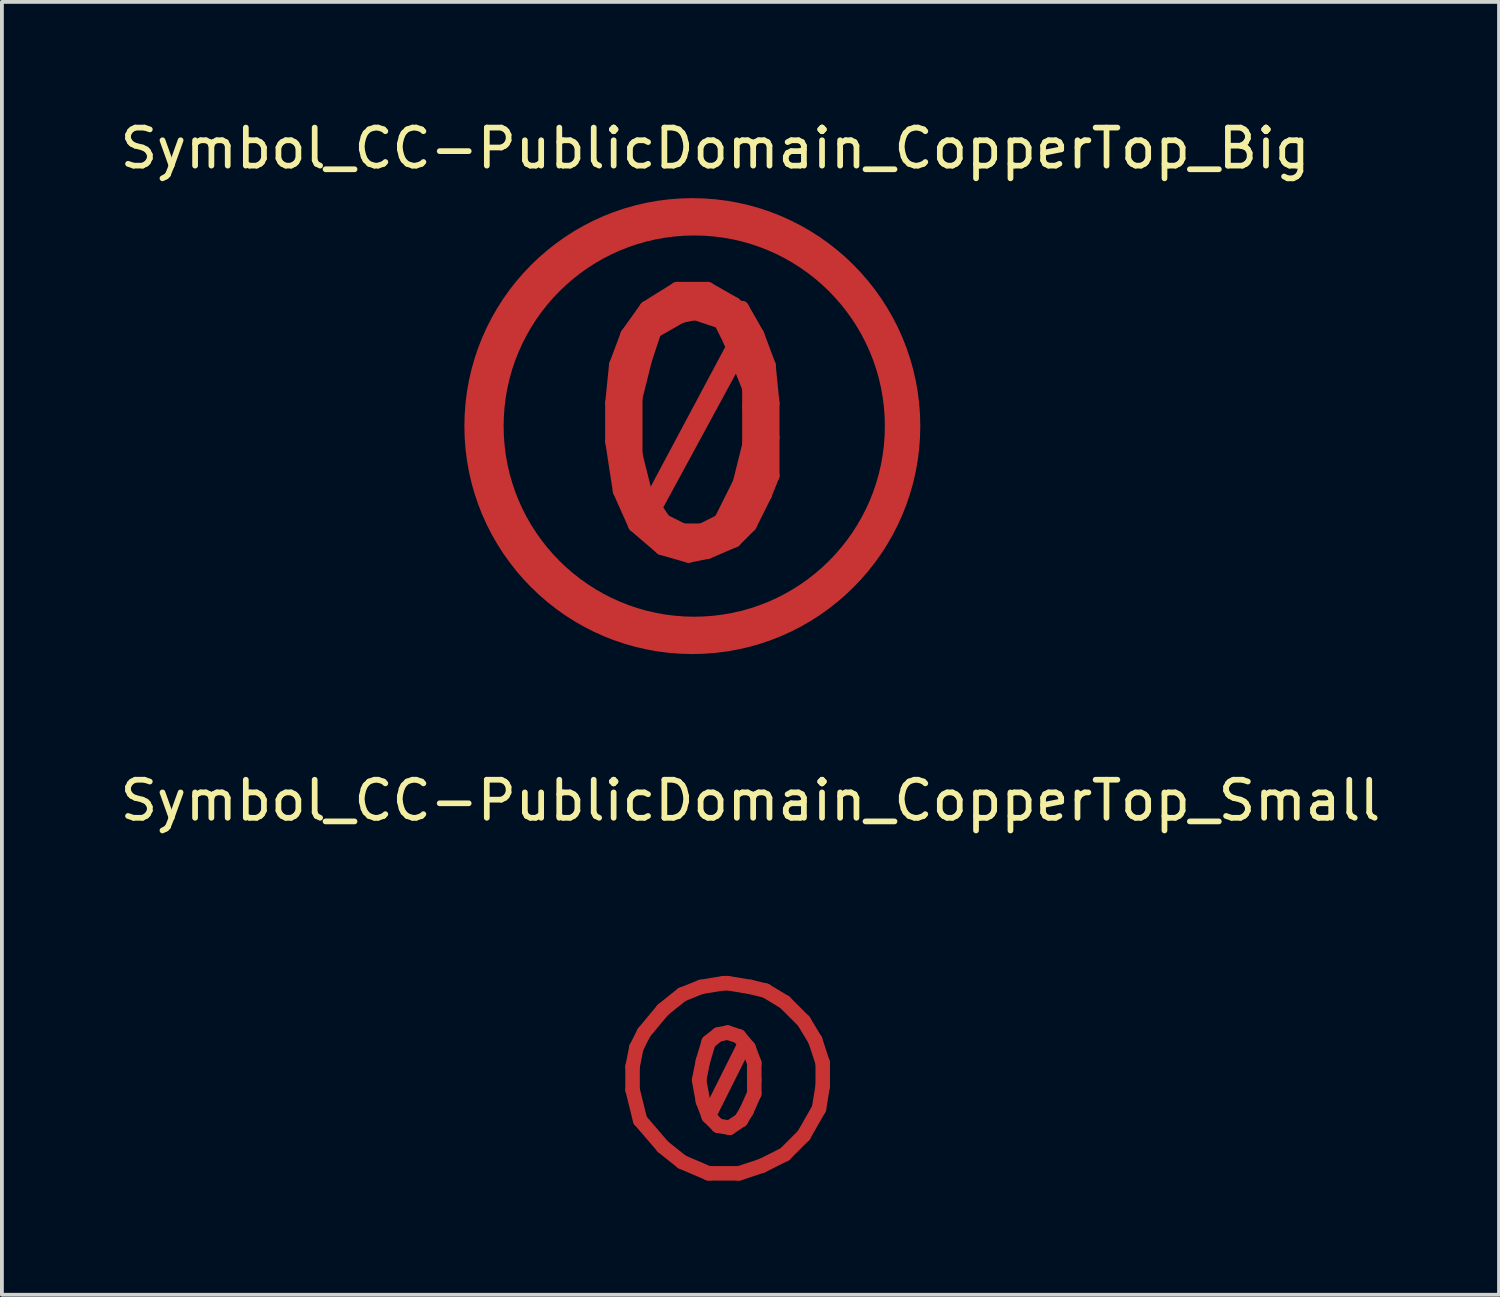
<source format=kicad_pcb>
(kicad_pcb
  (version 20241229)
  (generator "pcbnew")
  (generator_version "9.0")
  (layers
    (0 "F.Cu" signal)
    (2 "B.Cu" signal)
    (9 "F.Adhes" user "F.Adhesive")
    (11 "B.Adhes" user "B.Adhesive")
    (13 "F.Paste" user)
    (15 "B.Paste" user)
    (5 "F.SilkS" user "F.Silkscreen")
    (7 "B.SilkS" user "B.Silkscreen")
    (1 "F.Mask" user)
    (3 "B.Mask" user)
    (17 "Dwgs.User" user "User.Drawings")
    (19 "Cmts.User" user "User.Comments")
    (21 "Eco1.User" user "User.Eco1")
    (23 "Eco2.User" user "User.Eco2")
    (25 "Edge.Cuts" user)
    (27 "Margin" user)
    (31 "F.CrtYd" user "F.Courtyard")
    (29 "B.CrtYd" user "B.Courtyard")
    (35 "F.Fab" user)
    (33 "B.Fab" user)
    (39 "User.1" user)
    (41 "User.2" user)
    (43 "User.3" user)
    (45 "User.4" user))
  (footprint "Symbol_CC-PublicDomain_CopperTop_Big"
    (layer "F.Cu")
    (at 15.145 8.148)
    (property "Reference" "Symbol_CC-PublicDomain_CopperTop_Big" (at 0.599 -7.3 0) (layer "F.SilkS") (effects (font (size 1 1) (thickness 0.15))))
    (attr exclude_from_pos_files exclude_from_bom)
    (fp_line (start -2.1 -0.6) (end -2 -1.6) (stroke (width 0.381) (type solid)) (layer "F.Cu"))
    (fp_line (start -2.1 0.4) (end -2.1 -0.6) (stroke (width 0.381) (type solid)) (layer "F.Cu"))
    (fp_line (start -2 -1.6) (end -1.7 -2.4) (stroke (width 0.381) (type solid)) (layer "F.Cu"))
    (fp_line (start -1.9 0.6) (end -1.7 -1.9) (stroke (width 0.381) (type solid)) (layer "F.Cu"))
    (fp_line (start -1.9 1.7) (end -2.1 0.4) (stroke (width 0.381) (type solid)) (layer "F.Cu"))
    (fp_line (start -1.8 -0.7) (end -1.4 -2.2) (stroke (width 0.381) (type solid)) (layer "F.Cu"))
    (fp_line (start -1.8 1.2) (end -1.6 1.9) (stroke (width 0.381) (type solid)) (layer "F.Cu"))
    (fp_line (start -1.7 -2.4) (end -1.2 -3.1) (stroke (width 0.381) (type solid)) (layer "F.Cu"))
    (fp_line (start -1.7 1) (end -1.8 -0.7) (stroke (width 0.381) (type solid)) (layer "F.Cu"))
    (fp_line (start -1.6 1.9) (end -1.2 2.5) (stroke (width 0.381) (type solid)) (layer "F.Cu"))
    (fp_line (start -1.5 -0.75) (end -1.25 -1.75) (stroke (width 0.381) (type solid)) (layer "F.Cu"))
    (fp_line (start -1.5 0.75) (end -1.5 -0.75) (stroke (width 0.381) (type solid)) (layer "F.Cu"))
    (fp_line (start -1.5 2.6) (end -1.9 1.7) (stroke (width 0.381) (type solid)) (layer "F.Cu"))
    (fp_line (start -1.4 -2.2) (end -1 -2.9) (stroke (width 0.381) (type solid)) (layer "F.Cu"))
    (fp_line (start -1.3 2.3) (end -1.7 1) (stroke (width 0.381) (type solid)) (layer "F.Cu"))
    (fp_line (start -1.25 -1.75) (end -1 -2.5) (stroke (width 0.381) (type solid)) (layer "F.Cu"))
    (fp_line (start -1.25 1.75) (end -1.5 0.75) (stroke (width 0.381) (type solid)) (layer "F.Cu"))
    (fp_line (start -1.2 -3.1) (end -0.4 -3.6) (stroke (width 0.381) (type solid)) (layer "F.Cu"))
    (fp_line (start -1.15 2.45) (end -1.1 2.65) (stroke (width 0.381) (type solid)) (layer "F.Cu"))
    (fp_line (start -1.1 2.7) (end -1.9 0.6) (stroke (width 0.381) (type solid)) (layer "F.Cu"))
    (fp_line (start -1 -2.9) (end -0.2 -3.3) (stroke (width 0.381) (type solid)) (layer "F.Cu"))
    (fp_line (start -1 -2.5) (end -0.3 -2.9) (stroke (width 0.381) (type solid)) (layer "F.Cu"))
    (fp_line (start -0.8 3.2) (end -1.5 2.6) (stroke (width 0.381) (type solid)) (layer "F.Cu"))
    (fp_line (start -0.75 2.5) (end -1.25 1.75) (stroke (width 0.381) (type solid)) (layer "F.Cu"))
    (fp_line (start -0.5 3.2) (end -1.1 2.7) (stroke (width 0.381) (type solid)) (layer "F.Cu"))
    (fp_line (start -0.4 -3.6) (end 0.4 -3.6) (stroke (width 0.381) (type solid)) (layer "F.Cu"))
    (fp_line (start -0.4 3) (end -1.3 2.3) (stroke (width 0.381) (type solid)) (layer "F.Cu"))
    (fp_line (start -0.3 -2.9) (end 0.2 -3) (stroke (width 0.381) (type solid)) (layer "F.Cu"))
    (fp_line (start -0.25 2.75) (end -0.75 2.5) (stroke (width 0.381) (type solid)) (layer "F.Cu"))
    (fp_line (start -0.2 -3.3) (end 0.7 -3.2) (stroke (width 0.381) (type solid)) (layer "F.Cu"))
    (fp_line (start -0.1 3.4) (end -0.8 3.2) (stroke (width 0.381) (type solid)) (layer "F.Cu"))
    (fp_line (start 0 -3) (end 0.75 -2.75) (stroke (width 0.381) (type solid)) (layer "F.Cu"))
    (fp_line (start 0.2 -3) (end 0.8 -3) (stroke (width 0.381) (type solid)) (layer "F.Cu"))
    (fp_line (start 0.2 3.2) (end -0.5 3.2) (stroke (width 0.381) (type solid)) (layer "F.Cu"))
    (fp_line (start 0.25 2.75) (end -0.25 2.75) (stroke (width 0.381) (type solid)) (layer "F.Cu"))
    (fp_line (start 0.4 -3.6) (end 1.1 -3.2) (stroke (width 0.381) (type solid)) (layer "F.Cu"))
    (fp_line (start 0.4 3.3) (end -0.1 3.4) (stroke (width 0.381) (type solid)) (layer "F.Cu"))
    (fp_line (start 0.5 3) (end -0.4 3) (stroke (width 0.381) (type solid)) (layer "F.Cu"))
    (fp_line (start 0.7 -3.2) (end 1.3 -3.1) (stroke (width 0.381) (type solid)) (layer "F.Cu"))
    (fp_line (start 0.75 -2.75) (end 1 -2.25) (stroke (width 0.381) (type solid)) (layer "F.Cu"))
    (fp_line (start 0.75 2.5) (end 0.25 2.75) (stroke (width 0.381) (type solid)) (layer "F.Cu"))
    (fp_line (start 0.8 -3) (end 1.4 -2.3) (stroke (width 0.381) (type solid)) (layer "F.Cu"))
    (fp_line (start 1 -2.25) (end 1.5 -1) (stroke (width 0.381) (type solid)) (layer "F.Cu"))
    (fp_line (start 1 2.7) (end 0.5 3) (stroke (width 0.381) (type solid)) (layer "F.Cu"))
    (fp_line (start 1.1 -3.2) (end 1.1 -2.9) (stroke (width 0.381) (type solid)) (layer "F.Cu"))
    (fp_line (start 1.1 -2.9) (end 1.8 -1.5) (stroke (width 0.381) (type solid)) (layer "F.Cu"))
    (fp_line (start 1.1 -2.5) (end 1.4 -1.9) (stroke (width 0.381) (type solid)) (layer "F.Cu"))
    (fp_line (start 1.1 3) (end 0.4 3.3) (stroke (width 0.381) (type solid)) (layer "F.Cu"))
    (fp_line (start 1.2 2.6) (end 0.2 3.2) (stroke (width 0.381) (type solid)) (layer "F.Cu"))
    (fp_line (start 1.25 -2.4) (end -1.15 2.1) (stroke (width 0.381) (type solid)) (layer "F.Cu"))
    (fp_line (start 1.25 1.5) (end 0.75 2.5) (stroke (width 0.381) (type solid)) (layer "F.Cu"))
    (fp_line (start 1.3 -3.1) (end 1.7 -2.4) (stroke (width 0.381) (type solid)) (layer "F.Cu"))
    (fp_line (start 1.4 -2.3) (end 1.6 -1.4) (stroke (width 0.381) (type solid)) (layer "F.Cu"))
    (fp_line (start 1.4 -2.25) (end -1.15 2.45) (stroke (width 0.381) (type solid)) (layer "F.Cu"))
    (fp_line (start 1.4 1.8) (end 1 2.7) (stroke (width 0.381) (type solid)) (layer "F.Cu"))
    (fp_line (start 1.5 -1) (end 1.5 -0.5) (stroke (width 0.381) (type solid)) (layer "F.Cu"))
    (fp_line (start 1.5 -0.5) (end 1.5 0.5) (stroke (width 0.381) (type solid)) (layer "F.Cu"))
    (fp_line (start 1.5 0.5) (end 1.25 1.5) (stroke (width 0.381) (type solid)) (layer "F.Cu"))
    (fp_line (start 1.5 2.6) (end 1.1 3) (stroke (width 0.381) (type solid)) (layer "F.Cu"))
    (fp_line (start 1.6 -1.4) (end 1.7 -0.3) (stroke (width 0.381) (type solid)) (layer "F.Cu"))
    (fp_line (start 1.7 -2.4) (end 2 -1.6) (stroke (width 0.381) (type solid)) (layer "F.Cu"))
    (fp_line (start 1.7 -0.3) (end 1.7 0.9) (stroke (width 0.381) (type solid)) (layer "F.Cu"))
    (fp_line (start 1.7 0.9) (end 1.4 1.8) (stroke (width 0.381) (type solid)) (layer "F.Cu"))
    (fp_line (start 1.8 -1.5) (end 1.8 -0.4) (stroke (width 0.381) (type solid)) (layer "F.Cu"))
    (fp_line (start 1.8 -0.4) (end 1.8 1.1) (stroke (width 0.381) (type solid)) (layer "F.Cu"))
    (fp_line (start 1.8 1.1) (end 1.2 2.6) (stroke (width 0.381) (type solid)) (layer "F.Cu"))
    (fp_line (start 1.9 1.8) (end 1.5 2.6) (stroke (width 0.381) (type solid)) (layer "F.Cu"))
    (fp_line (start 2 -1.6) (end 2.1 -0.6) (stroke (width 0.381) (type solid)) (layer "F.Cu"))
    (fp_line (start 2.1 -0.6) (end 2.1 0.3) (stroke (width 0.381) (type solid)) (layer "F.Cu"))
    (fp_line (start 2.1 0.3) (end 2.1 1.3) (stroke (width 0.381) (type solid)) (layer "F.Cu"))
    (fp_line (start 2.1 1.3) (end 1.9 1.8) (stroke (width 0.381) (type solid)) (layer "F.Cu"))
    (fp_circle (center 0 0) (end 5.5 0) (stroke (width 0.381) (type solid)) (fill no) (layer "F.Cu"))
    (fp_circle (center 0 0) (end 5.8 -0.05) (stroke (width 0.381) (type solid)) (fill no) (layer "F.Cu"))
    (fp_circle (center 0.05 0) (end 5.25 0) (stroke (width 0.381) (type solid)) (fill no) (layer "F.Cu")))
  (footprint "Symbol_CC-PublicDomain_CopperTop_Small"
    (layer "F.Cu")
    (at 16.073 25.287)
    (property "Reference" "Symbol_CC-PublicDomain_CopperTop_Small" (at 0.599 -7.3 0) (layer "F.SilkS") (effects (font (size 1 1) (thickness 0.15))))
    (attr exclude_from_pos_files exclude_from_bom)
    (fp_line (start -2.499 -0.3) (end -2.499 0.3) (stroke (width 0.381) (type solid)) (layer "F.Cu"))
    (fp_line (start -2.499 0.3) (end -2.301 1.1) (stroke (width 0.381) (type solid)) (layer "F.Cu"))
    (fp_line (start -2.4 -0.8) (end -2.499 -0.3) (stroke (width 0.381) (type solid)) (layer "F.Cu"))
    (fp_line (start -2.301 1.1) (end -1.699 1.801) (stroke (width 0.381) (type solid)) (layer "F.Cu"))
    (fp_line (start -2.2 -1.199) (end -2.4 -0.8) (stroke (width 0.381) (type solid)) (layer "F.Cu"))
    (fp_line (start -1.699 -1.801) (end -2.2 -1.199) (stroke (width 0.381) (type solid)) (layer "F.Cu"))
    (fp_line (start -1.699 1.801) (end -1.199 2.2) (stroke (width 0.381) (type solid)) (layer "F.Cu"))
    (fp_line (start -1.199 -2.2) (end -1.699 -1.801) (stroke (width 0.381) (type solid)) (layer "F.Cu"))
    (fp_line (start -1.199 2.2) (end -0.5 2.499) (stroke (width 0.381) (type solid)) (layer "F.Cu"))
    (fp_line (start -0.75 0.05) (end -0.65 -0.45) (stroke (width 0.381) (type solid)) (layer "F.Cu"))
    (fp_line (start -0.701 -2.4) (end -1.199 -2.2) (stroke (width 0.381) (type solid)) (layer "F.Cu"))
    (fp_line (start -0.65 -0.45) (end -0.5 -0.95) (stroke (width 0.381) (type solid)) (layer "F.Cu"))
    (fp_line (start -0.65 0.6) (end -0.75 0.05) (stroke (width 0.381) (type solid)) (layer "F.Cu"))
    (fp_line (start -0.5 2.499) (end 0.3 2.499) (stroke (width 0.381) (type solid)) (layer "F.Cu"))
    (fp_line (start -0.5 -0.95) (end -0.25 -1.15) (stroke (width 0.381) (type solid)) (layer "F.Cu"))
    (fp_line (start -0.5 1) (end -0.65 0.6) (stroke (width 0.381) (type solid)) (layer "F.Cu"))
    (fp_line (start -0.25 -1.15) (end 0 -1.2) (stroke (width 0.381) (type solid)) (layer "F.Cu"))
    (fp_line (start -0.25 1.25) (end -0.5 1) (stroke (width 0.381) (type solid)) (layer "F.Cu"))
    (fp_line (start -0.099 -2.499) (end -0.701 -2.4) (stroke (width 0.381) (type solid)) (layer "F.Cu"))
    (fp_line (start 0 -2.499) (end -0.099 -2.499) (stroke (width 0.381) (type solid)) (layer "F.Cu"))
    (fp_line (start 0 -1.2) (end 0.3 -1.1) (stroke (width 0.381) (type solid)) (layer "F.Cu"))
    (fp_line (start 0.05 1.3) (end -0.25 1.25) (stroke (width 0.381) (type solid)) (layer "F.Cu"))
    (fp_line (start 0.3 2.499) (end 0.899 2.301) (stroke (width 0.381) (type solid)) (layer "F.Cu"))
    (fp_line (start 0.3 -1.1) (end 0.55 -0.8) (stroke (width 0.381) (type solid)) (layer "F.Cu"))
    (fp_line (start 0.35 1.1) (end 0.05 1.3) (stroke (width 0.381) (type solid)) (layer "F.Cu"))
    (fp_line (start 0.45 -0.9) (end -0.45 0.9) (stroke (width 0.381) (type solid)) (layer "F.Cu"))
    (fp_line (start 0.5 0.85) (end 0.35 1.1) (stroke (width 0.381) (type solid)) (layer "F.Cu"))
    (fp_line (start 0.55 -0.8) (end 0.7 -0.4) (stroke (width 0.381) (type solid)) (layer "F.Cu"))
    (fp_line (start 0.599 -2.4) (end 0 -2.499) (stroke (width 0.381) (type solid)) (layer "F.Cu"))
    (fp_line (start 0.7 -0.4) (end 0.7 0.05) (stroke (width 0.381) (type solid)) (layer "F.Cu"))
    (fp_line (start 0.7 0.05) (end 0.7 0.4) (stroke (width 0.381) (type solid)) (layer "F.Cu"))
    (fp_line (start 0.7 0.4) (end 0.5 0.85) (stroke (width 0.381) (type solid)) (layer "F.Cu"))
    (fp_line (start 0.899 2.301) (end 1.501 1.999) (stroke (width 0.381) (type solid)) (layer "F.Cu"))
    (fp_line (start 1.001 -2.301) (end 0.599 -2.4) (stroke (width 0.381) (type solid)) (layer "F.Cu"))
    (fp_line (start 1.501 -1.999) (end 1.001 -2.301) (stroke (width 0.381) (type solid)) (layer "F.Cu"))
    (fp_line (start 1.501 1.999) (end 1.999 1.501) (stroke (width 0.381) (type solid)) (layer "F.Cu"))
    (fp_line (start 1.999 -1.501) (end 1.501 -1.999) (stroke (width 0.381) (type solid)) (layer "F.Cu"))
    (fp_line (start 1.999 1.501) (end 2.4 0.8) (stroke (width 0.381) (type solid)) (layer "F.Cu"))
    (fp_line (start 2.301 -1.001) (end 1.999 -1.501) (stroke (width 0.381) (type solid)) (layer "F.Cu"))
    (fp_line (start 2.4 0.8) (end 2.499 0.201) (stroke (width 0.381) (type solid)) (layer "F.Cu"))
    (fp_line (start 2.499 -0.399) (end 2.301 -1.001) (stroke (width 0.381) (type solid)) (layer "F.Cu"))
    (fp_line (start 2.499 0.201) (end 2.499 -0.399) (stroke (width 0.381) (type solid)) (layer "F.Cu")))
  (gr_rect
    (start -3 -3)
    (end 36.345 30.977)
    (stroke (width 0.1) (type default))
    (fill no)
    (layer "Edge.Cuts")))
</source>
